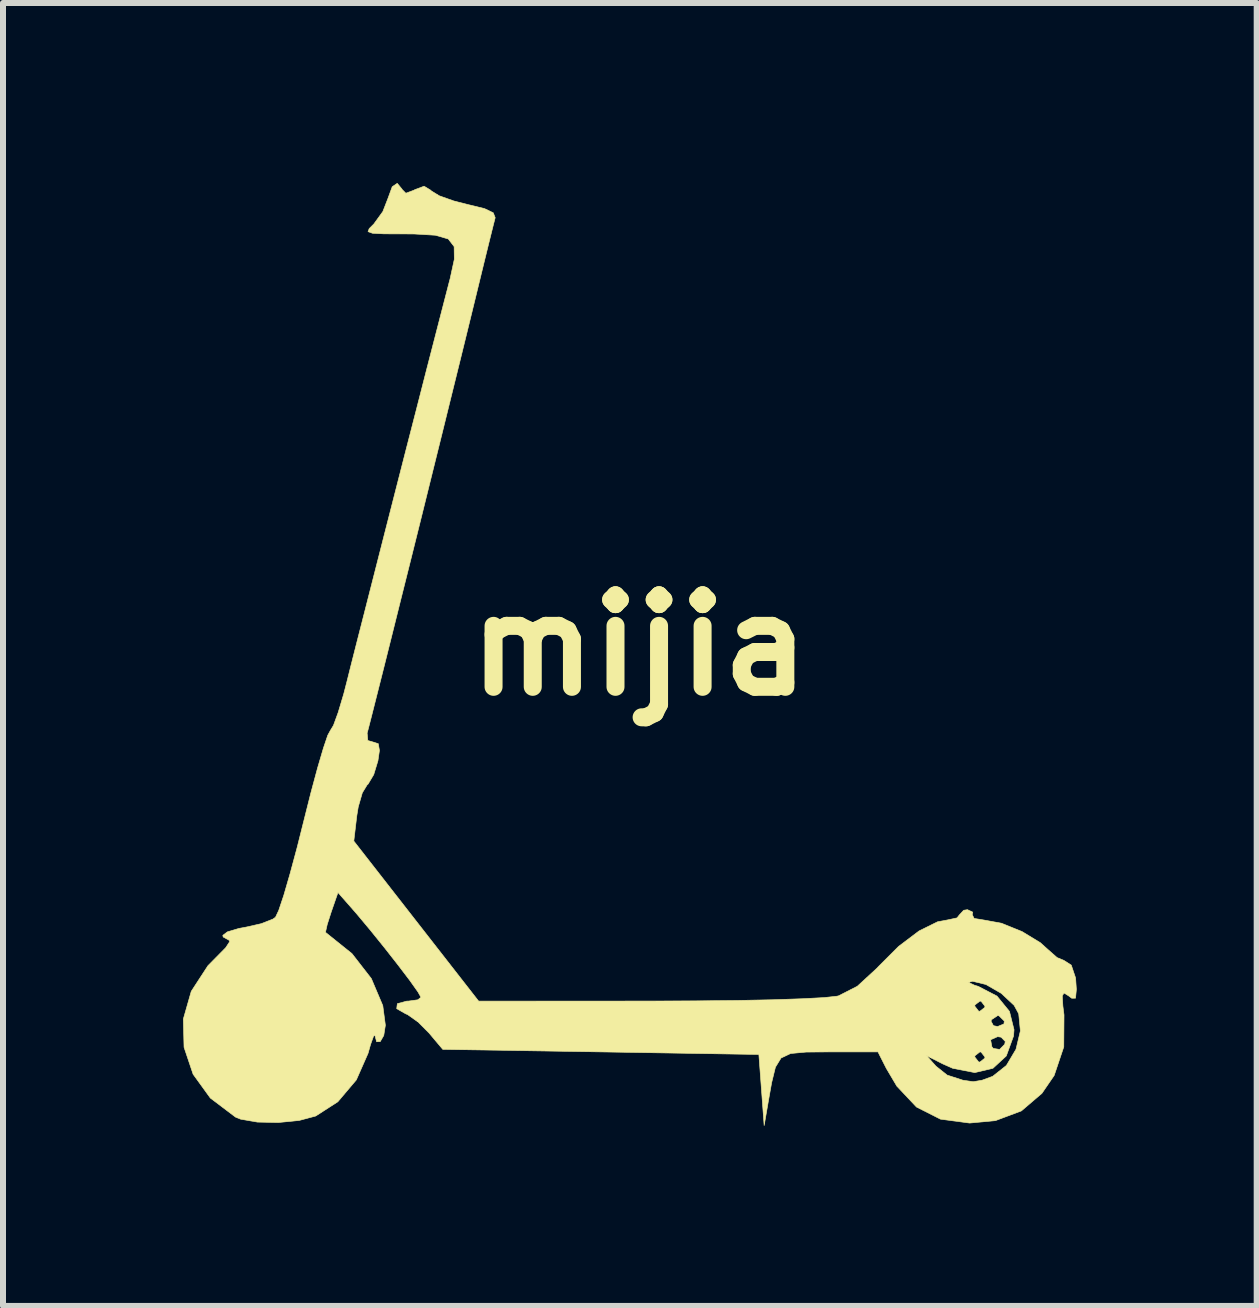
<source format=kicad_pcb>
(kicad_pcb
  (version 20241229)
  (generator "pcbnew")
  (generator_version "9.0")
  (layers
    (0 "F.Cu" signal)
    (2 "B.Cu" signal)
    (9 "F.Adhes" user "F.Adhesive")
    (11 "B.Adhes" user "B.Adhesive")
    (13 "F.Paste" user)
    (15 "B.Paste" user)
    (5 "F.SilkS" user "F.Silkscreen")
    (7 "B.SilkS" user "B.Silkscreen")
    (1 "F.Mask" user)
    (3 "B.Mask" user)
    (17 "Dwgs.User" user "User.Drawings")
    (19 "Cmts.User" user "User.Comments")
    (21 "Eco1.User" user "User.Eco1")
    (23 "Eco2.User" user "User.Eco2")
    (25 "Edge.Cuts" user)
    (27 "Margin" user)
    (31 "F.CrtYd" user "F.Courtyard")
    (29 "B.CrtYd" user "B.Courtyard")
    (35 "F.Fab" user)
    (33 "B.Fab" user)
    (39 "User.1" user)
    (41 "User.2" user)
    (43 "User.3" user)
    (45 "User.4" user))
  (footprint "mijia"
    (layer "F.Cu")
    (at 7.606 7.706)
    (property "Reference" "mijia" (at 0 0 0) (layer "F.SilkS") (effects (font (size 1.524 1.524) (thickness 0.3))))
    (attr through_hole)
    (fp_poly (pts (xy -3.958 -7.606) (xy -3.955 -7.599) (xy -3.893 -7.536) (xy -3.759 -7.586) (xy -3.744 -7.595) (xy -3.589 -7.653) (xy -3.478 -7.586) (xy -3.469 -7.575) (xy -3.335 -7.493) (xy -3.093 -7.407) (xy -2.869 -7.35) (xy -2.582 -7.28) (xy -2.436 -7.21) (xy -2.404 -7.128) (xy -2.407 -7.116) (xy -2.439 -6.991) (xy -2.503 -6.734) (xy -2.591 -6.376) (xy -2.695 -5.949) (xy -2.752 -5.715) (xy -2.857 -5.285) (xy -2.986 -4.76) (xy -3.134 -4.161) (xy -3.295 -3.508) (xy -3.465 -2.822) (xy -3.638 -2.123) (xy -3.81 -1.432) (xy -3.976 -0.769) (xy -4.129 -0.155) (xy -4.265 0.389) (xy -4.38 0.844) (xy -4.467 1.188) (xy -4.522 1.402) (xy -4.538 1.46) (xy -4.527 1.584) (xy -4.441 1.609) (xy -4.352 1.637) (xy -4.333 1.75) (xy -4.358 1.922) (xy -4.428 2.152) (xy -4.522 2.31) (xy -4.538 2.324) (xy -4.618 2.455) (xy -4.686 2.69) (xy -4.71 2.837) (xy -4.76 3.26) (xy -2.68 5.927) (xy 0.163 5.926) (xy 0.936 5.923) (xy 1.632 5.916) (xy 2.232 5.904) (xy 2.721 5.887) (xy 3.079 5.868) (xy 3.29 5.845) (xy 3.318 5.839) (xy 3.631 5.679) (xy 3.961 5.375) (xy 3.981 5.353) (xy 4.319 5.015) (xy 4.659 4.758) (xy 4.968 4.605) (xy 5.144 4.572) (xy 5.292 4.54) (xy 5.334 4.487) (xy 5.403 4.413) (xy 5.466 4.403) (xy 5.554 4.444) (xy 5.546 4.487) (xy 5.577 4.549) (xy 5.731 4.574) (xy 6.033 4.629) (xy 6.376 4.768) (xy 6.679 4.952) (xy 6.808 5.068) (xy 6.959 5.201) (xy 7.074 5.249) (xy 7.196 5.327) (xy 7.268 5.541) (xy 7.281 5.732) (xy 7.267 5.878) (xy 7.204 5.879) (xy 7.15 5.838) (xy 7.075 5.792) (xy 7.046 5.839) (xy 7.056 6.008) (xy 7.075 6.157) (xy 7.071 6.69) (xy 6.911 7.166) (xy 6.707 7.464) (xy 6.364 7.757) (xy 5.931 7.919) (xy 5.502 7.959) (xy 5.016 7.894) (xy 4.617 7.692) (xy 4.289 7.344) (xy 4.114 7.048) (xy 4.006 6.835) (xy 4.784 6.835) (xy 4.941 7.011) (xy 5.128 7.16) (xy 5.391 7.245) (xy 5.563 7.27) (xy 5.71 7.245) (xy 5.887 7.18) (xy 6.115 6.999) (xy 6.275 6.729) (xy 6.348 6.423) (xy 6.32 6.138) (xy 6.244 5.998) (xy 6.029 5.797) (xy 5.774 5.65) (xy 5.551 5.596) (xy 5.548 5.596) (xy 5.483 5.616) (xy 5.584 5.662) (xy 5.646 5.681) (xy 5.958 5.843) (xy 6.166 6.098) (xy 6.242 6.404) (xy 6.234 6.509) (xy 6.113 6.841) (xy 5.891 7.046) (xy 5.588 7.118) (xy 5.222 7.047) (xy 5.055 6.973) (xy 4.829 6.858) (xy 5.588 6.858) (xy 5.652 6.94) (xy 5.673 6.943) (xy 5.755 6.878) (xy 5.757 6.858) (xy 5.693 6.776) (xy 5.673 6.773) (xy 5.59 6.838) (xy 5.588 6.858) (xy 4.829 6.858) (xy 4.784 6.835) (xy 4.006 6.835) (xy 3.975 6.773) (xy 3.171 6.773) (xy 2.778 6.776) (xy 2.519 6.8) (xy 2.36 6.875) (xy 2.266 7.028) (xy 2.203 7.285) (xy 2.151 7.578) (xy 2.078 8.001) (xy 2.034 7.408) (xy 1.99 6.816) (xy -0.644 6.773) (xy -3.277 6.731) (xy -3.412 6.571) (xy 5.852 6.571) (xy 5.873 6.688) (xy 5.896 6.715) (xy 6.002 6.732) (xy 6.087 6.646) (xy 6.096 6.599) (xy 6.027 6.528) (xy 5.969 6.519) (xy 5.852 6.571) (xy -3.412 6.571) (xy -3.505 6.46) (xy -3.689 6.275) (xy -3.712 6.259) (xy 5.858 6.259) (xy 5.899 6.336) (xy 5.969 6.35) (xy 6.074 6.307) (xy 6.08 6.259) (xy 5.992 6.172) (xy 5.969 6.168) (xy 5.87 6.234) (xy 5.858 6.259) (xy -3.712 6.259) (xy -3.863 6.152) (xy -3.898 6.137) (xy -4.045 6.053) (xy -4.04 6.011) (xy 5.588 6.011) (xy 5.652 6.094) (xy 5.673 6.096) (xy 5.755 6.032) (xy 5.757 6.011) (xy 5.693 5.929) (xy 5.673 5.927) (xy 5.59 5.991) (xy 5.588 6.011) (xy -4.04 6.011) (xy -4.034 5.969) (xy -3.877 5.927) (xy -3.852 5.927) (xy -3.693 5.905) (xy -3.641 5.863) (xy -3.691 5.774) (xy -3.825 5.585) (xy -4.019 5.33) (xy -4.247 5.039) (xy -4.486 4.743) (xy -4.71 4.475) (xy -4.805 4.366) (xy -5.024 4.117) (xy -5.137 4.443) (xy -5.203 4.649) (xy -5.23 4.77) (xy -5.229 4.783) (xy -4.791 5.135) (xy -4.468 5.551) (xy -4.277 6.002) (xy -4.234 6.329) (xy -4.261 6.5) (xy -4.32 6.602) (xy -4.38 6.604) (xy -4.408 6.498) (xy -4.43 6.509) (xy -4.481 6.65) (xy -4.523 6.798) (xy -4.718 7.24) (xy -5.027 7.605) (xy -5.395 7.842) (xy -5.672 7.916) (xy -6.018 7.95) (xy -6.366 7.943) (xy -6.647 7.894) (xy -6.731 7.86) (xy -7.151 7.542) (xy -7.438 7.145) (xy -7.589 6.696) (xy -7.601 6.226) (xy -7.469 5.764) (xy -7.191 5.337) (xy -7.054 5.198) (xy -6.895 5.037) (xy -6.827 4.933) (xy -6.841 4.911) (xy -6.937 4.858) (xy -6.943 4.831) (xy -6.867 4.773) (xy -6.676 4.716) (xy -6.557 4.694) (xy -6.301 4.636) (xy -6.108 4.56) (xy -6.065 4.529) (xy -6.011 4.415) (xy -5.927 4.164) (xy -5.823 3.806) (xy -5.705 3.369) (xy -5.596 2.935) (xy -5.476 2.458) (xy -5.364 2.042) (xy -5.267 1.712) (xy -5.194 1.496) (xy -5.153 1.421) (xy -5.099 1.332) (xy -5.02 1.116) (xy -4.928 0.808) (xy -4.872 0.591) (xy -4.808 0.335) (xy -4.708 -0.059) (xy -4.578 -0.567) (xy -4.426 -1.163) (xy -4.258 -1.822) (xy -4.08 -2.518) (xy -3.899 -3.226) (xy -3.72 -3.921) (xy -3.552 -4.578) (xy -3.399 -5.17) (xy -3.269 -5.674) (xy -3.168 -6.064) (xy -3.154 -6.117) (xy -3.085 -6.435) (xy -3.088 -6.647) (xy -3.186 -6.774) (xy -3.401 -6.836) (xy -3.754 -6.857) (xy -3.921 -6.858) (xy -4.257 -6.859) (xy -4.449 -6.869) (xy -4.523 -6.896) (xy -4.503 -6.947) (xy -4.426 -7.024) (xy -4.276 -7.231) (xy -4.192 -7.447) (xy -4.12 -7.644) (xy -4.036 -7.701) (xy -3.958 -7.606)) (stroke (width 0.01) (type solid)) (fill yes) (layer "F.SilkS")))
  (gr_rect
    (start -3 -3)
    (end 17.892 18.712)
    (stroke (width 0.1) (type default))
    (fill no)
    (layer "Edge.Cuts")))
</source>
